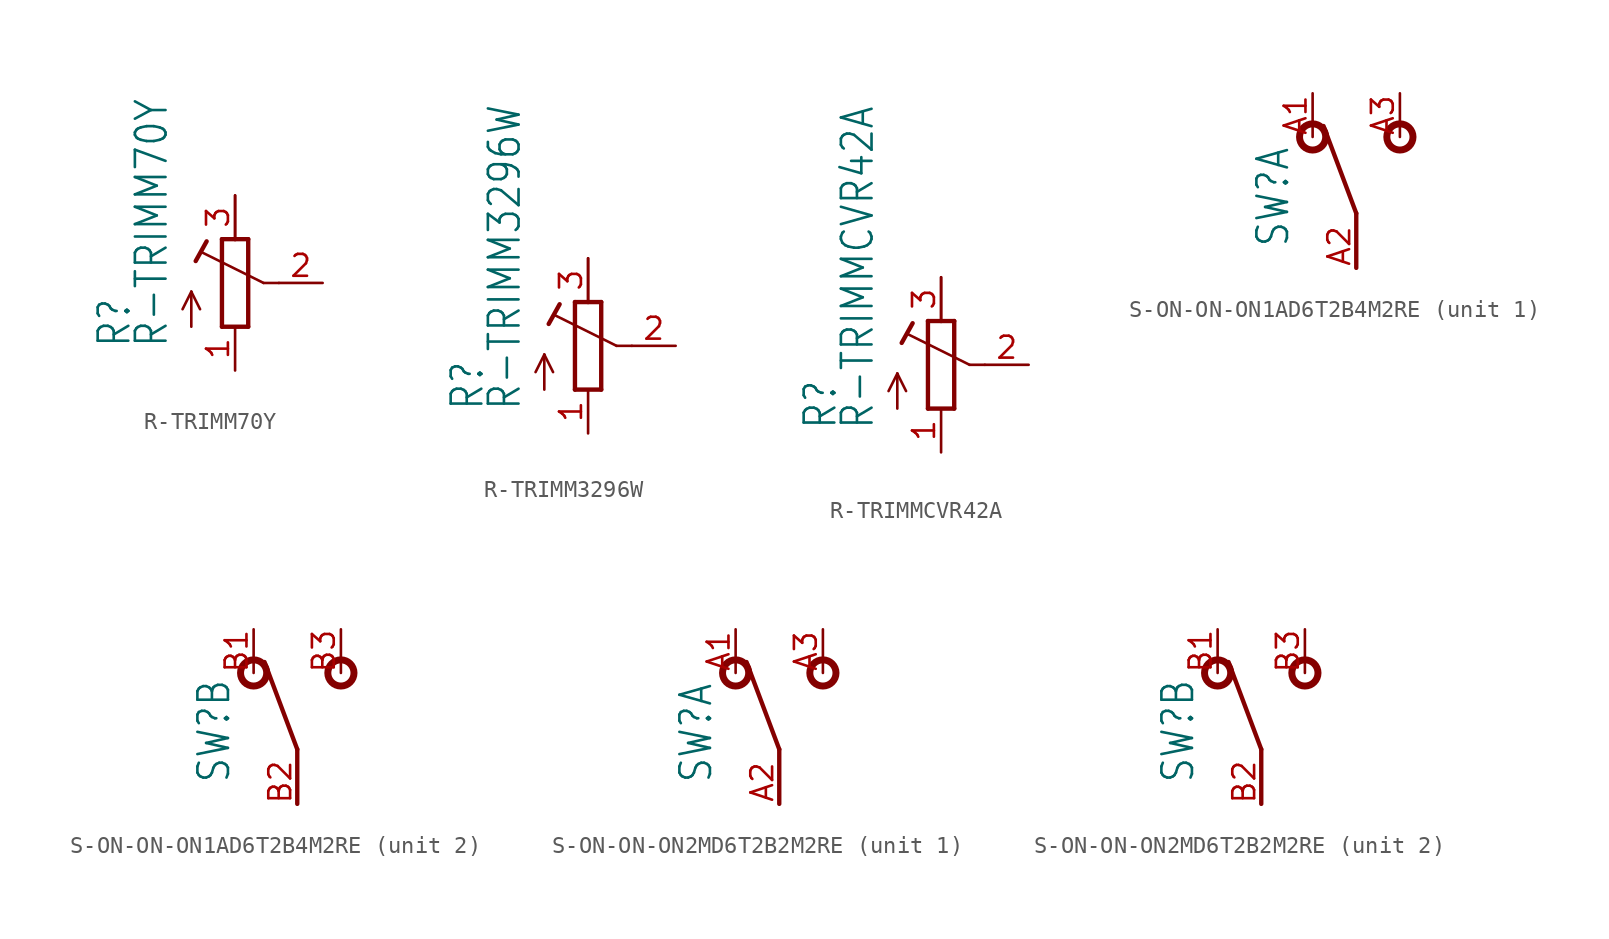
<source format=kicad_sym>
(kicad_symbol_lib
  (version 20211014)
  (generator kicad_symbol_editor)
  (symbol "R-TRIMM70Y"
    (property "Reference" "R"
      (at -5.969 -3.81 90)
      (effects (font (size 1.778 1.511)) (justify left bottom)))
    (property "Value" "R-TRIMM70Y"
      (at -3.81 -3.81 90)
      (effects (font (size 1.778 1.511)) (justify left bottom)))
    (property "ki_locked" ""
      (at 0 0 0)
      (effects (font (size 1.27 1.27))))
    (symbol "R-TRIMM70Y_1_0"
      (polyline (pts (xy -2.54 -2.54) (xy -2.54 -0.508)) (stroke (width 0.152) (type default) (color 0 0 0 0)) (fill (type none)))
      (polyline (pts (xy -2.54 -0.508) (xy -3.048 -1.524)) (stroke (width 0.152) (type default) (color 0 0 0 0)) (fill (type none)))
      (polyline (pts (xy -2.54 -0.508) (xy -2.032 -1.524)) (stroke (width 0.152) (type default) (color 0 0 0 0)) (fill (type none)))
      (polyline (pts (xy -2.286 1.27) (xy -1.651 2.413)) (stroke (width 0.254) (type default) (color 0 0 0 0)) (fill (type none)))
      (polyline (pts (xy -0.762 -2.54) (xy 0.762 -2.54)) (stroke (width 0.254) (type default) (color 0 0 0 0)) (fill (type none)))
      (polyline (pts (xy -0.762 2.54) (xy -0.762 -2.54)) (stroke (width 0.254) (type default) (color 0 0 0 0)) (fill (type none)))
      (polyline (pts (xy 0 2.54) (xy -0.762 2.54)) (stroke (width 0.254) (type default) (color 0 0 0 0)) (fill (type none)))
      (polyline (pts (xy 0 2.54) (xy 0 5.08)) (stroke (width 0.152) (type default) (color 0 0 0 0)) (fill (type none)))
      (polyline (pts (xy 0.762 -2.54) (xy 0.762 2.54)) (stroke (width 0.254) (type default) (color 0 0 0 0)) (fill (type none)))
      (polyline (pts (xy 0.762 2.54) (xy 0 2.54)) (stroke (width 0.254) (type default) (color 0 0 0 0)) (fill (type none)))
      (polyline (pts (xy 1.651 0) (xy -1.88 1.753)) (stroke (width 0.152) (type default) (color 0 0 0 0)) (fill (type none)))
      (polyline (pts (xy 2.54 0) (xy 1.651 0)) (stroke (width 0.152) (type default) (color 0 0 0 0)) (fill (type none)))
      (pin passive line (at 0 -5.08 90) (length 2.54) (name "E" (effects (font (size 0 0)))) (number "1" (effects (font (size 1.27 1.27)))))
      (pin passive line (at 5.08 0 180) (length 2.54) (name "S" (effects (font (size 0 0)))) (number "2" (effects (font (size 1.27 1.27)))))
      (pin passive line (at 0 5.08 270) (length 2.54) (name "A" (effects (font (size 0 0)))) (number "3" (effects (font (size 1.27 1.27)))))))
  (symbol "R-TRIMM3296W"
    (property "Reference" "R"
      (at -5.969 -3.81 90)
      (effects (font (size 1.778 1.511)) (justify left bottom)))
    (property "Value" "R-TRIMM3296W"
      (at -3.81 -3.81 90)
      (effects (font (size 1.778 1.511)) (justify left bottom)))
    (property "ki_locked" ""
      (at 0 0 0)
      (effects (font (size 1.27 1.27))))
    (symbol "R-TRIMM3296W_1_0"
      (polyline (pts (xy -2.54 -2.54) (xy -2.54 -0.508)) (stroke (width 0.152) (type default) (color 0 0 0 0)) (fill (type none)))
      (polyline (pts (xy -2.54 -0.508) (xy -3.048 -1.524)) (stroke (width 0.152) (type default) (color 0 0 0 0)) (fill (type none)))
      (polyline (pts (xy -2.54 -0.508) (xy -2.032 -1.524)) (stroke (width 0.152) (type default) (color 0 0 0 0)) (fill (type none)))
      (polyline (pts (xy -2.286 1.27) (xy -1.651 2.413)) (stroke (width 0.254) (type default) (color 0 0 0 0)) (fill (type none)))
      (polyline (pts (xy -0.762 -2.54) (xy 0.762 -2.54)) (stroke (width 0.254) (type default) (color 0 0 0 0)) (fill (type none)))
      (polyline (pts (xy -0.762 2.54) (xy -0.762 -2.54)) (stroke (width 0.254) (type default) (color 0 0 0 0)) (fill (type none)))
      (polyline (pts (xy 0 2.54) (xy -0.762 2.54)) (stroke (width 0.254) (type default) (color 0 0 0 0)) (fill (type none)))
      (polyline (pts (xy 0 2.54) (xy 0 5.08)) (stroke (width 0.152) (type default) (color 0 0 0 0)) (fill (type none)))
      (polyline (pts (xy 0.762 -2.54) (xy 0.762 2.54)) (stroke (width 0.254) (type default) (color 0 0 0 0)) (fill (type none)))
      (polyline (pts (xy 0.762 2.54) (xy 0 2.54)) (stroke (width 0.254) (type default) (color 0 0 0 0)) (fill (type none)))
      (polyline (pts (xy 1.651 0) (xy -1.88 1.753)) (stroke (width 0.152) (type default) (color 0 0 0 0)) (fill (type none)))
      (polyline (pts (xy 2.54 0) (xy 1.651 0)) (stroke (width 0.152) (type default) (color 0 0 0 0)) (fill (type none)))
      (pin passive line (at 0 -5.08 90) (length 2.54) (name "E" (effects (font (size 0 0)))) (number "1" (effects (font (size 1.27 1.27)))))
      (pin passive line (at 5.08 0 180) (length 2.54) (name "S" (effects (font (size 0 0)))) (number "2" (effects (font (size 1.27 1.27)))))
      (pin passive line (at 0 5.08 270) (length 2.54) (name "A" (effects (font (size 0 0)))) (number "3" (effects (font (size 1.27 1.27)))))))
  (symbol "R-TRIMMCVR42A"
    (property "Reference" "R"
      (at -5.969 -3.81 90)
      (effects (font (size 1.778 1.511)) (justify left bottom)))
    (property "Value" "R-TRIMMCVR42A"
      (at -3.81 -3.81 90)
      (effects (font (size 1.778 1.511)) (justify left bottom)))
    (property "ki_locked" ""
      (at 0 0 0)
      (effects (font (size 1.27 1.27))))
    (symbol "R-TRIMMCVR42A_1_0"
      (polyline (pts (xy -2.54 -2.54) (xy -2.54 -0.508)) (stroke (width 0.152) (type default) (color 0 0 0 0)) (fill (type none)))
      (polyline (pts (xy -2.54 -0.508) (xy -3.048 -1.524)) (stroke (width 0.152) (type default) (color 0 0 0 0)) (fill (type none)))
      (polyline (pts (xy -2.54 -0.508) (xy -2.032 -1.524)) (stroke (width 0.152) (type default) (color 0 0 0 0)) (fill (type none)))
      (polyline (pts (xy -2.286 1.27) (xy -1.651 2.413)) (stroke (width 0.254) (type default) (color 0 0 0 0)) (fill (type none)))
      (polyline (pts (xy -0.762 -2.54) (xy 0.762 -2.54)) (stroke (width 0.254) (type default) (color 0 0 0 0)) (fill (type none)))
      (polyline (pts (xy -0.762 2.54) (xy -0.762 -2.54)) (stroke (width 0.254) (type default) (color 0 0 0 0)) (fill (type none)))
      (polyline (pts (xy 0 2.54) (xy -0.762 2.54)) (stroke (width 0.254) (type default) (color 0 0 0 0)) (fill (type none)))
      (polyline (pts (xy 0 2.54) (xy 0 5.08)) (stroke (width 0.152) (type default) (color 0 0 0 0)) (fill (type none)))
      (polyline (pts (xy 0.762 -2.54) (xy 0.762 2.54)) (stroke (width 0.254) (type default) (color 0 0 0 0)) (fill (type none)))
      (polyline (pts (xy 0.762 2.54) (xy 0 2.54)) (stroke (width 0.254) (type default) (color 0 0 0 0)) (fill (type none)))
      (polyline (pts (xy 1.651 0) (xy -1.88 1.753)) (stroke (width 0.152) (type default) (color 0 0 0 0)) (fill (type none)))
      (polyline (pts (xy 2.54 0) (xy 1.651 0)) (stroke (width 0.152) (type default) (color 0 0 0 0)) (fill (type none)))
      (pin passive line (at 0 -5.08 90) (length 2.54) (name "E" (effects (font (size 0 0)))) (number "1" (effects (font (size 1.27 1.27)))))
      (pin passive line (at 5.08 0 180) (length 2.54) (name "S" (effects (font (size 0 0)))) (number "2" (effects (font (size 1.27 1.27)))))
      (pin passive line (at 0 5.08 270) (length 2.54) (name "A" (effects (font (size 0 0)))) (number "3" (effects (font (size 1.27 1.27)))))))
  (symbol "S-ON-ON-ON1AD6T2B4M2RE"
    (property "Reference" "SW"
      (at -3.81 -3.937 90)
      (effects (font (size 1.778 1.511)) (justify left bottom)))
    (property "ki_locked" ""
      (at 0 0 0)
      (effects (font (size 1.27 1.27))))
    (symbol "S-ON-ON-ON1AD6T2B4M2RE_1_0"
      (circle (center -2.54 2.54) (radius 0.762) (stroke (width 0.406) (type default) (color 0 0 0 0)) (fill (type none)))
      (polyline (pts (xy 0 -5.08) (xy 0 -1.905)) (stroke (width 0.254) (type default) (color 0 0 0 0)) (fill (type none)))
      (polyline (pts (xy 0 -1.905) (xy -1.905 3.175)) (stroke (width 0.254) (type default) (color 0 0 0 0)) (fill (type none)))
      (circle (center 2.54 2.54) (radius 0.762) (stroke (width 0.406) (type default) (color 0 0 0 0)) (fill (type none)))
      (pin passive line (at -2.54 5.08 270) (length 2.54) (name "1" (effects (font (size 0 0)))) (number "A1" (effects (font (size 1.27 1.27)))))
      (pin passive line (at 0 -5.08 90) (length 2.54) (name "2" (effects (font (size 0 0)))) (number "A2" (effects (font (size 1.27 1.27)))))
      (pin passive line (at 2.54 5.08 270) (length 2.54) (name "3" (effects (font (size 0 0)))) (number "A3" (effects (font (size 1.27 1.27))))))
    (symbol "S-ON-ON-ON1AD6T2B4M2RE_2_0"
      (circle (center -2.54 2.54) (radius 0.762) (stroke (width 0.406) (type default) (color 0 0 0 0)) (fill (type none)))
      (polyline (pts (xy 0 -5.08) (xy 0 -1.905)) (stroke (width 0.254) (type default) (color 0 0 0 0)) (fill (type none)))
      (polyline (pts (xy 0 -1.905) (xy -1.905 3.175)) (stroke (width 0.254) (type default) (color 0 0 0 0)) (fill (type none)))
      (circle (center 2.54 2.54) (radius 0.762) (stroke (width 0.406) (type default) (color 0 0 0 0)) (fill (type none)))
      (pin passive line (at -2.54 5.08 270) (length 2.54) (name "1" (effects (font (size 0 0)))) (number "B1" (effects (font (size 1.27 1.27)))))
      (pin passive line (at 0 -5.08 90) (length 2.54) (name "2" (effects (font (size 0 0)))) (number "B2" (effects (font (size 1.27 1.27)))))
      (pin passive line (at 2.54 5.08 270) (length 2.54) (name "3" (effects (font (size 0 0)))) (number "B3" (effects (font (size 1.27 1.27)))))))
  (symbol "S-ON-ON-ON2MD6T2B2M2RE"
    (property "Reference" "SW"
      (at -3.81 -3.937 90)
      (effects (font (size 1.778 1.511)) (justify left bottom)))
    (property "ki_locked" ""
      (at 0 0 0)
      (effects (font (size 1.27 1.27))))
    (symbol "S-ON-ON-ON2MD6T2B2M2RE_1_0"
      (circle (center -2.54 2.54) (radius 0.762) (stroke (width 0.406) (type default) (color 0 0 0 0)) (fill (type none)))
      (polyline (pts (xy 0 -5.08) (xy 0 -1.905)) (stroke (width 0.254) (type default) (color 0 0 0 0)) (fill (type none)))
      (polyline (pts (xy 0 -1.905) (xy -1.905 3.175)) (stroke (width 0.254) (type default) (color 0 0 0 0)) (fill (type none)))
      (circle (center 2.54 2.54) (radius 0.762) (stroke (width 0.406) (type default) (color 0 0 0 0)) (fill (type none)))
      (pin passive line (at -2.54 5.08 270) (length 2.54) (name "1" (effects (font (size 0 0)))) (number "A1" (effects (font (size 1.27 1.27)))))
      (pin passive line (at 0 -5.08 90) (length 2.54) (name "2" (effects (font (size 0 0)))) (number "A2" (effects (font (size 1.27 1.27)))))
      (pin passive line (at 2.54 5.08 270) (length 2.54) (name "3" (effects (font (size 0 0)))) (number "A3" (effects (font (size 1.27 1.27))))))
    (symbol "S-ON-ON-ON2MD6T2B2M2RE_2_0"
      (circle (center -2.54 2.54) (radius 0.762) (stroke (width 0.406) (type default) (color 0 0 0 0)) (fill (type none)))
      (polyline (pts (xy 0 -5.08) (xy 0 -1.905)) (stroke (width 0.254) (type default) (color 0 0 0 0)) (fill (type none)))
      (polyline (pts (xy 0 -1.905) (xy -1.905 3.175)) (stroke (width 0.254) (type default) (color 0 0 0 0)) (fill (type none)))
      (circle (center 2.54 2.54) (radius 0.762) (stroke (width 0.406) (type default) (color 0 0 0 0)) (fill (type none)))
      (pin passive line (at -2.54 5.08 270) (length 2.54) (name "1" (effects (font (size 0 0)))) (number "B1" (effects (font (size 1.27 1.27)))))
      (pin passive line (at 0 -5.08 90) (length 2.54) (name "2" (effects (font (size 0 0)))) (number "B2" (effects (font (size 1.27 1.27)))))
      (pin passive line (at 2.54 5.08 270) (length 2.54) (name "3" (effects (font (size 0 0)))) (number "B3" (effects (font (size 1.27 1.27))))))))
</source>
